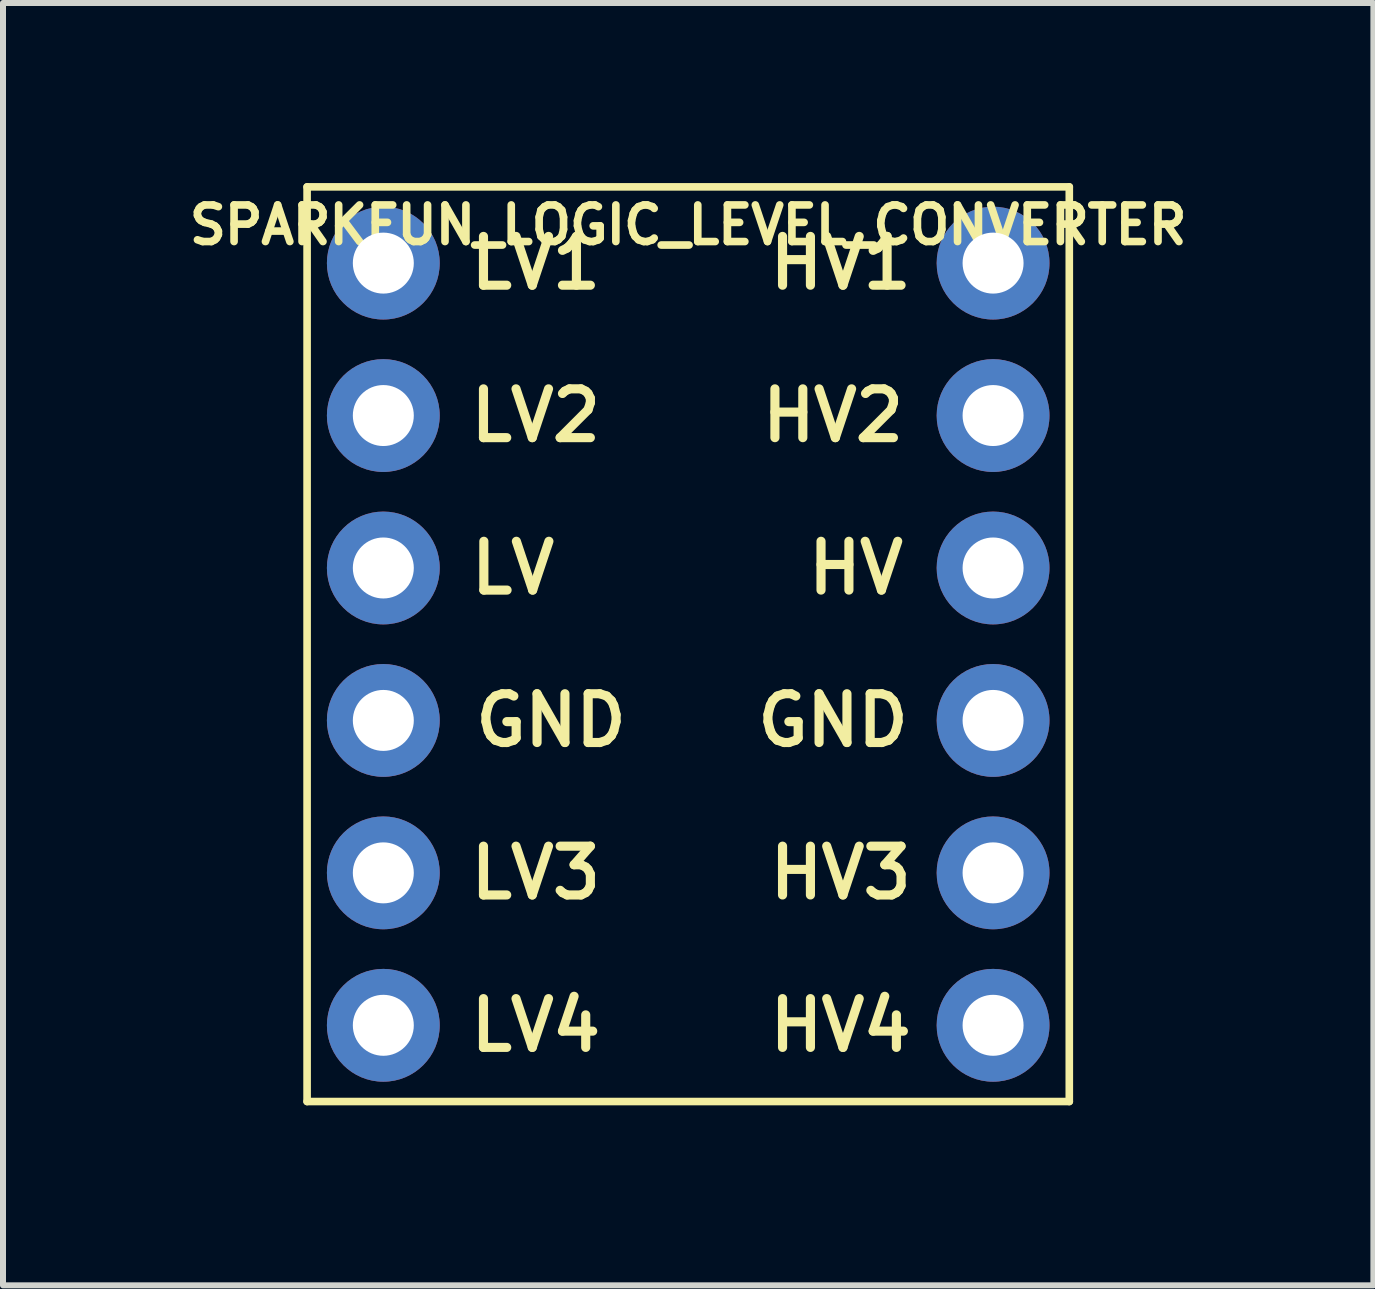
<source format=kicad_pcb>
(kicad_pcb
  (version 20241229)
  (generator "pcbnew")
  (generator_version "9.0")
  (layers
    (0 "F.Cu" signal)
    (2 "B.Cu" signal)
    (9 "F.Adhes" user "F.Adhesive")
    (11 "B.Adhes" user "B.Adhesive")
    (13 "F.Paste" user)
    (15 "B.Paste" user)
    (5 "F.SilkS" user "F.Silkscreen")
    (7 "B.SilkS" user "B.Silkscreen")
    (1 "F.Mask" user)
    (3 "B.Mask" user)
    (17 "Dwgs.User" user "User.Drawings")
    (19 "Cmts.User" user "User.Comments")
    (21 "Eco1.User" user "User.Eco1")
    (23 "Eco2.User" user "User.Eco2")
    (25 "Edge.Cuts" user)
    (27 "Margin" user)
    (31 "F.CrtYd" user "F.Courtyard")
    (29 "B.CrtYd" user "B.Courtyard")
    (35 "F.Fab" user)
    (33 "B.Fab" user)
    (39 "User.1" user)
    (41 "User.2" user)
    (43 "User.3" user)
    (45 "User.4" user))
  (footprint "SPARKFUN_LOGIC_LEVEL_CONVERTER"
    (layer "F.Cu")
    (at 8.417 7.684)
    (property "Reference" "SPARKFUN_LOGIC_LEVEL_CONVERTER" (at 0 -6.985 0) (layer "F.SilkS") (effects (font (size 0.61 0.61) (thickness 0.127))))
    (attr exclude_from_pos_files exclude_from_bom)
    (fp_line (start -6.35 -7.62) (end 6.35 -7.62) (stroke (width 0.127) (type solid)) (layer "F.SilkS"))
    (fp_line (start -6.35 7.62) (end -6.35 -7.62) (stroke (width 0.127) (type solid)) (layer "F.SilkS"))
    (fp_line (start 6.35 -7.62) (end 6.35 7.62) (stroke (width 0.127) (type solid)) (layer "F.SilkS"))
    (fp_line (start 6.35 7.62) (end -6.35 7.62) (stroke (width 0.127) (type solid)) (layer "F.SilkS"))
    (fp_text user "HV1" (at 2.54 -6.35 0) (layer "F.SilkS") (effects (font (size 0.813 0.813) (thickness 0.152))))
    (fp_text user "GND" (at -2.286 1.27 0) (layer "F.SilkS") (effects (font (size 0.813 0.813) (thickness 0.152))))
    (fp_text user "LV1" (at -2.54 -6.35 0) (layer "F.SilkS") (effects (font (size 0.813 0.813) (thickness 0.152))))
    (fp_text user "HV3" (at 2.54 3.81 0) (layer "F.SilkS") (effects (font (size 0.813 0.813) (thickness 0.152))))
    (fp_text user "LV4" (at -2.54 6.35 0) (layer "F.SilkS") (effects (font (size 0.813 0.813) (thickness 0.152))))
    (fp_text user "GND" (at 2.413 1.27 0) (layer "F.SilkS") (effects (font (size 0.813 0.813) (thickness 0.152))))
    (fp_text user "HV" (at 2.794 -1.27 0) (layer "F.SilkS") (effects (font (size 0.813 0.813) (thickness 0.152))))
    (fp_text user "LV" (at -2.921 -1.27 0) (layer "F.SilkS") (effects (font (size 0.813 0.813) (thickness 0.152))))
    (fp_text user "HV2" (at 2.413 -3.81 0) (layer "F.SilkS") (effects (font (size 0.813 0.813) (thickness 0.152))))
    (fp_text user "HV4" (at 2.54 6.35 0) (layer "F.SilkS") (effects (font (size 0.813 0.813) (thickness 0.152))))
    (fp_text user "LV2" (at -2.54 -3.81 0) (layer "F.SilkS") (effects (font (size 0.813 0.813) (thickness 0.152))))
    (fp_text user "LV3" (at -2.54 3.81 0) (layer "F.SilkS") (effects (font (size 0.813 0.813) (thickness 0.152))))
    (pad "GND1" thru_hole circle (at -5.08 1.27) (size 1.88 1.88) (drill 1.016) (layers "*.Cu" "*.Mask"))
    (pad "GND2" thru_hole circle (at 5.08 1.27) (size 1.88 1.88) (drill 1.016) (layers "*.Cu" "*.Mask"))
    (pad "HV" thru_hole circle (at 5.08 -1.27) (size 1.88 1.88) (drill 1.016) (layers "*.Cu" "*.Mask"))
    (pad "HV1" thru_hole circle (at 5.08 -6.35) (size 1.88 1.88) (drill 1.016) (layers "*.Cu" "*.Mask"))
    (pad "HV2" thru_hole circle (at 5.08 -3.81) (size 1.88 1.88) (drill 1.016) (layers "*.Cu" "*.Mask"))
    (pad "HV3" thru_hole circle (at 5.08 3.81) (size 1.88 1.88) (drill 1.016) (layers "*.Cu" "*.Mask"))
    (pad "HV4" thru_hole circle (at 5.08 6.35) (size 1.88 1.88) (drill 1.016) (layers "*.Cu" "*.Mask"))
    (pad "LV" thru_hole circle (at -5.08 -1.27) (size 1.88 1.88) (drill 1.016) (layers "*.Cu" "*.Mask"))
    (pad "LV1" thru_hole circle (at -5.08 -6.35) (size 1.88 1.88) (drill 1.016) (layers "*.Cu" "*.Mask"))
    (pad "LV2" thru_hole circle (at -5.08 -3.81) (size 1.88 1.88) (drill 1.016) (layers "*.Cu" "*.Mask"))
    (pad "LV3" thru_hole circle (at -5.08 3.81) (size 1.88 1.88) (drill 1.016) (layers "*.Cu" "*.Mask"))
    (pad "LV4" thru_hole circle (at -5.08 6.35) (size 1.88 1.88) (drill 1.016) (layers "*.Cu" "*.Mask")))
  (gr_rect
    (start -3 -3)
    (end 19.834 18.367)
    (stroke (width 0.1) (type default))
    (fill no)
    (layer "Edge.Cuts")))
</source>
